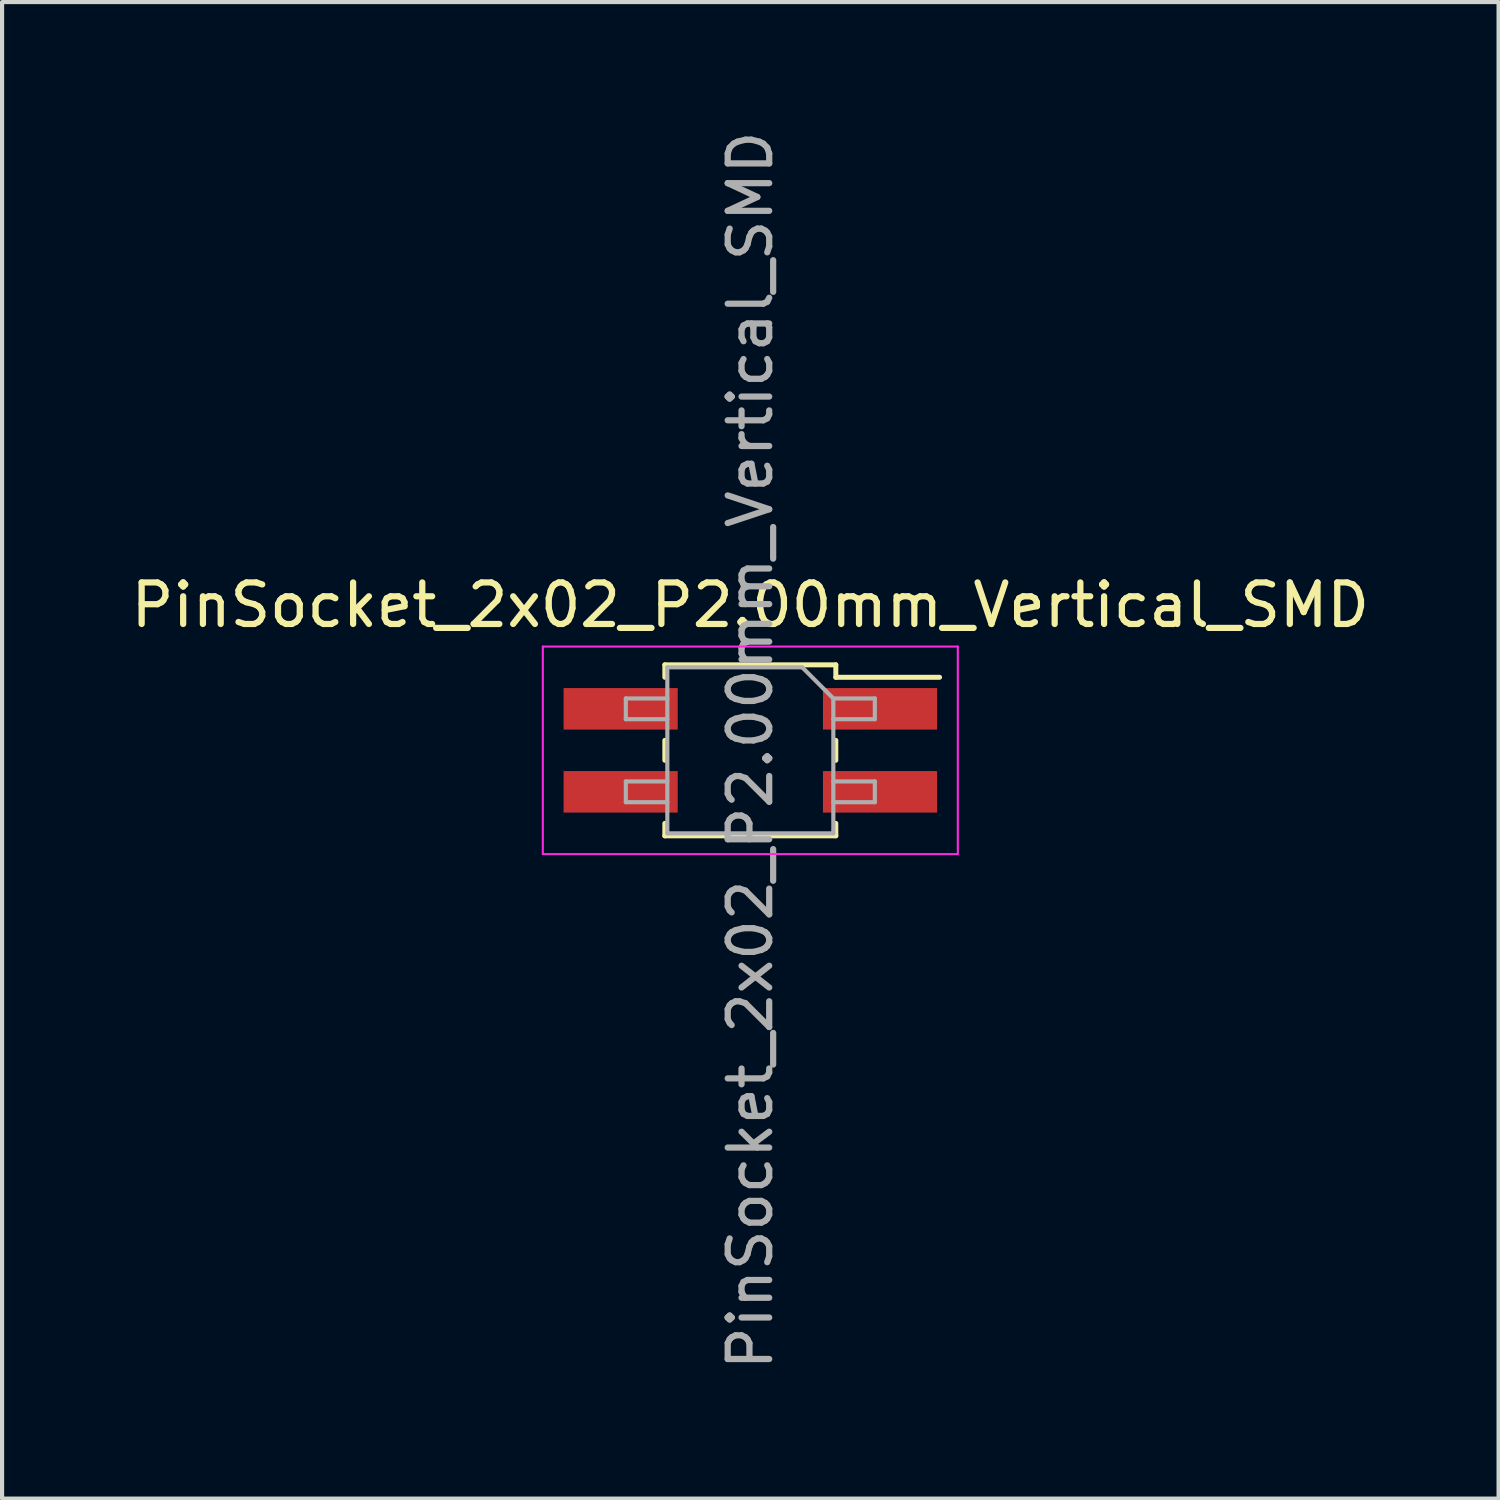
<source format=kicad_pcb>
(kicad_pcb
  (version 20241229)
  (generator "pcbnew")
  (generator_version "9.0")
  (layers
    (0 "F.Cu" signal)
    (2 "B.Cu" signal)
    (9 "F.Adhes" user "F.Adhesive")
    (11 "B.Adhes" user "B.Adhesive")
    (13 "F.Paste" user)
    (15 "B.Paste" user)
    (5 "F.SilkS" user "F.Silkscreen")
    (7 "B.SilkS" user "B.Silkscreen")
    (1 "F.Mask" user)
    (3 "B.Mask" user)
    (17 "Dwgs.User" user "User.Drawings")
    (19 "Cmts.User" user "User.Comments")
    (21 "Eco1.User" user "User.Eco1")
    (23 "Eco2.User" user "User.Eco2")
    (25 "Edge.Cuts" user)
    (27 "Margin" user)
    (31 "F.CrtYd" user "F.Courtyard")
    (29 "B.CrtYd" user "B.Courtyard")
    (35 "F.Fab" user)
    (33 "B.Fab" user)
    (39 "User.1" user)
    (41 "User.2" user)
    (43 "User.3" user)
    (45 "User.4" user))
  (footprint "PinSocket_2x02_P2.00mm_Vertical_SMD"
    (layer "F.Cu")
    (at 15.03 15.03)
    (property "Reference" "PinSocket_2x02_P2.00mm_Vertical_SMD" (at 0 -3.5 0) (layer "F.SilkS") (effects (font (size 1 1) (thickness 0.15))))
    (attr smd)
    (fp_line (start -2.06 -2.06) (end 2.06 -2.06) (stroke (width 0.12) (type solid)) (layer "F.SilkS"))
    (fp_line (start -2.06 -1.76) (end -2.06 -2.06) (stroke (width 0.12) (type solid)) (layer "F.SilkS"))
    (fp_line (start -2.06 -0.24) (end -2.06 0.24) (stroke (width 0.12) (type solid)) (layer "F.SilkS"))
    (fp_line (start -2.06 2.06) (end -2.06 1.76) (stroke (width 0.12) (type solid)) (layer "F.SilkS"))
    (fp_line (start 2.06 -2.06) (end 2.06 -1.76) (stroke (width 0.12) (type solid)) (layer "F.SilkS"))
    (fp_line (start 2.06 -1.76) (end 4.56 -1.76) (stroke (width 0.12) (type solid)) (layer "F.SilkS"))
    (fp_line (start 2.06 0.24) (end 2.06 -0.24) (stroke (width 0.12) (type solid)) (layer "F.SilkS"))
    (fp_line (start 2.06 1.76) (end 2.06 2.06) (stroke (width 0.12) (type solid)) (layer "F.SilkS"))
    (fp_line (start 2.06 2.06) (end -2.06 2.06) (stroke (width 0.12) (type solid)) (layer "F.SilkS"))
    (fp_line (start -5 -2.5) (end 5 -2.5) (stroke (width 0.05) (type solid)) (layer "F.CrtYd"))
    (fp_line (start -5 2.5) (end -5 -2.5) (stroke (width 0.05) (type solid)) (layer "F.CrtYd"))
    (fp_line (start 5 -2.5) (end 5 2.5) (stroke (width 0.05) (type solid)) (layer "F.CrtYd"))
    (fp_line (start 5 2.5) (end -5 2.5) (stroke (width 0.05) (type solid)) (layer "F.CrtYd"))
    (fp_line (start -3 -1.25) (end -2 -1.25) (stroke (width 0.1) (type solid)) (layer "F.Fab"))
    (fp_line (start -3 -0.75) (end -3 -1.25) (stroke (width 0.1) (type solid)) (layer "F.Fab"))
    (fp_line (start -3 0.75) (end -2 0.75) (stroke (width 0.1) (type solid)) (layer "F.Fab"))
    (fp_line (start -3 1.25) (end -3 0.75) (stroke (width 0.1) (type solid)) (layer "F.Fab"))
    (fp_line (start -2 -2) (end 1.25 -2) (stroke (width 0.1) (type solid)) (layer "F.Fab"))
    (fp_line (start -2 -0.75) (end -3 -0.75) (stroke (width 0.1) (type solid)) (layer "F.Fab"))
    (fp_line (start -2 1.25) (end -3 1.25) (stroke (width 0.1) (type solid)) (layer "F.Fab"))
    (fp_line (start -2 2) (end -2 -2) (stroke (width 0.1) (type solid)) (layer "F.Fab"))
    (fp_line (start 1.25 -2) (end 2 -1.25) (stroke (width 0.1) (type solid)) (layer "F.Fab"))
    (fp_line (start 2 -1.25) (end 2 2) (stroke (width 0.1) (type solid)) (layer "F.Fab"))
    (fp_line (start 2 -1.25) (end 3 -1.25) (stroke (width 0.1) (type solid)) (layer "F.Fab"))
    (fp_line (start 2 0.75) (end 3 0.75) (stroke (width 0.1) (type solid)) (layer "F.Fab"))
    (fp_line (start 2 2) (end -2 2) (stroke (width 0.1) (type solid)) (layer "F.Fab"))
    (fp_line (start 3 -1.25) (end 3 -0.75) (stroke (width 0.1) (type solid)) (layer "F.Fab"))
    (fp_line (start 3 -0.75) (end 2 -0.75) (stroke (width 0.1) (type solid)) (layer "F.Fab"))
    (fp_line (start 3 0.75) (end 3 1.25) (stroke (width 0.1) (type solid)) (layer "F.Fab"))
    (fp_line (start 3 1.25) (end 2 1.25) (stroke (width 0.1) (type solid)) (layer "F.Fab"))
    (fp_text user "${REFERENCE}" (at 0 0 90) (layer "F.Fab") (effects (font (size 1 1) (thickness 0.15))))
    (pad "1" smd rect (at 3.125 -1) (size 2.75 1) (layers "F.Cu" "F.Mask" "F.Paste"))
    (pad "2" smd rect (at -3.125 -1) (size 2.75 1) (layers "F.Cu" "F.Mask" "F.Paste"))
    (pad "3" smd rect (at 3.125 1) (size 2.75 1) (layers "F.Cu" "F.Mask" "F.Paste"))
    (pad "4" smd rect (at -3.125 1) (size 2.75 1) (layers "F.Cu" "F.Mask" "F.Paste")))
  (gr_rect
    (start -3 -3)
    (end 33.06 33.06)
    (stroke (width 0.1) (type default))
    (fill no)
    (layer "Edge.Cuts")))
</source>
